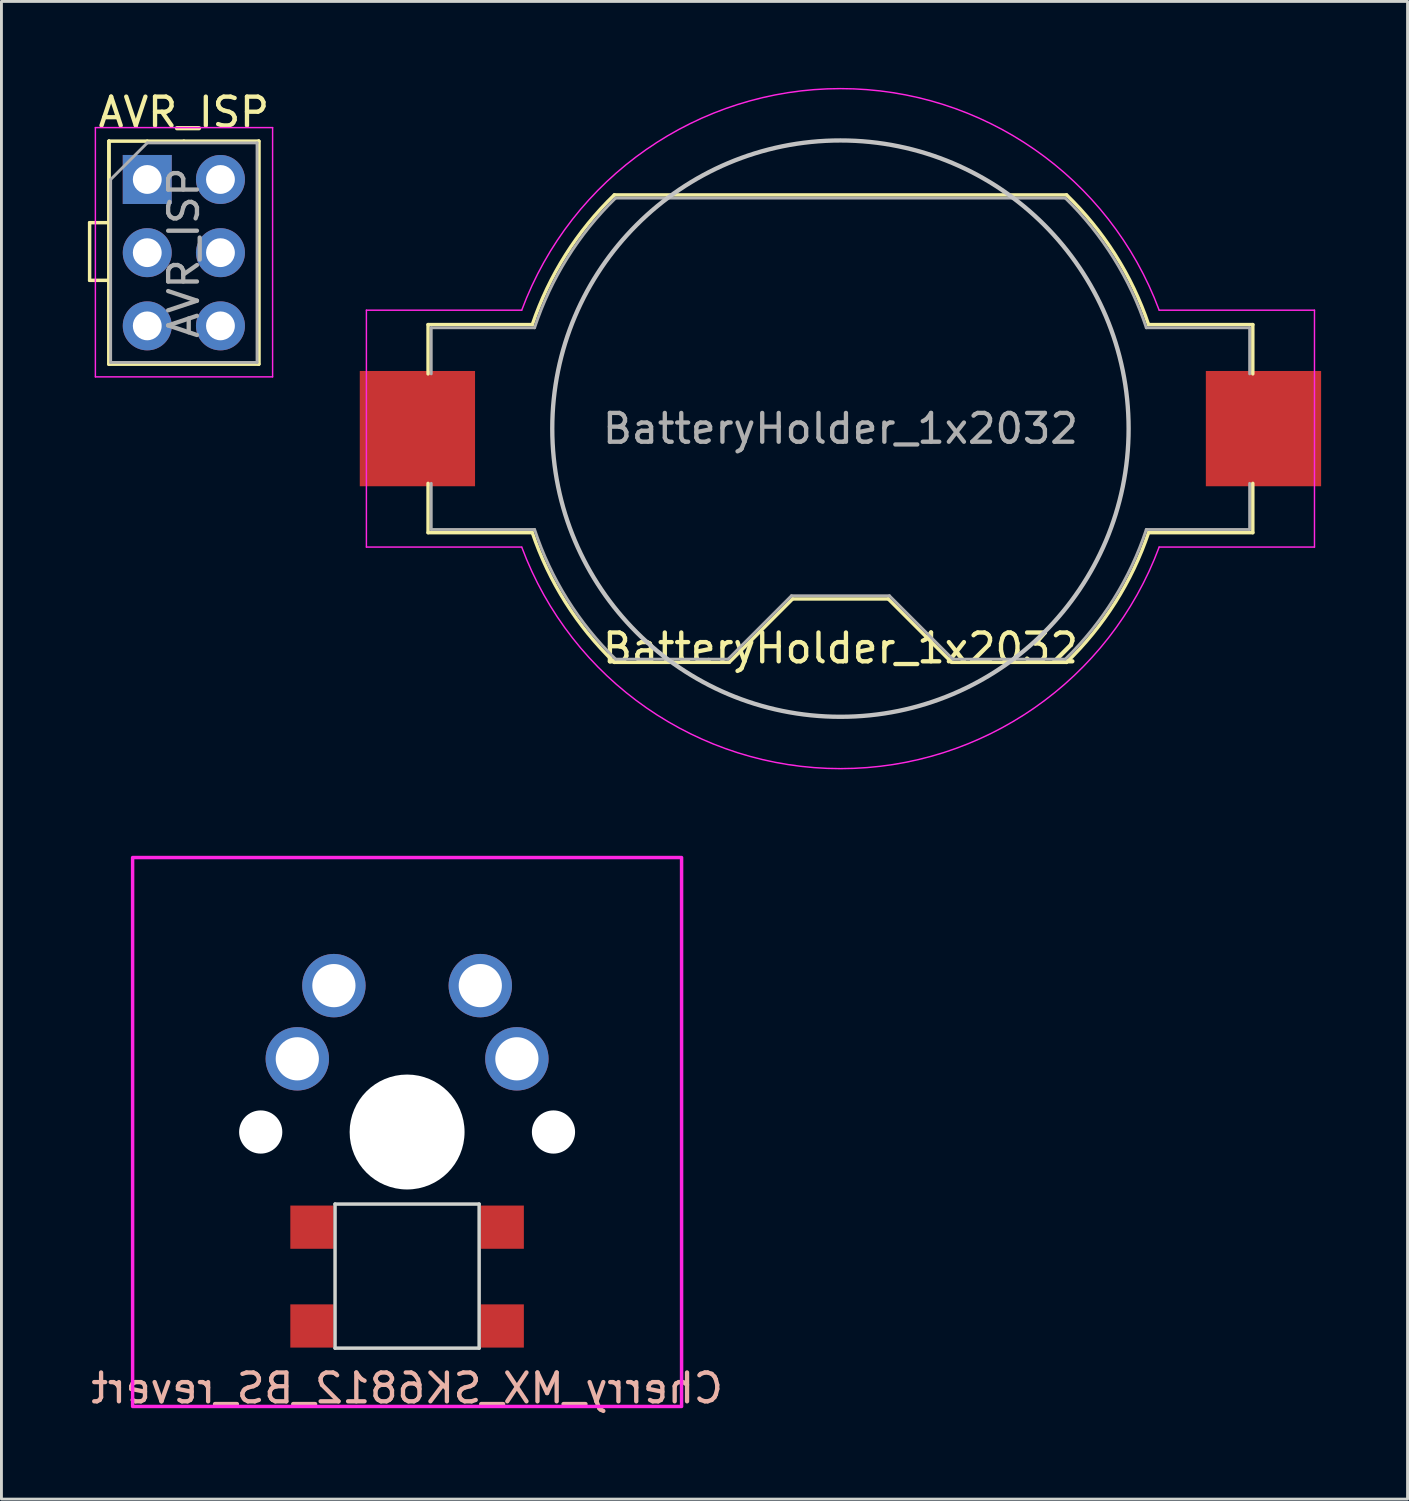
<source format=kicad_pcb>
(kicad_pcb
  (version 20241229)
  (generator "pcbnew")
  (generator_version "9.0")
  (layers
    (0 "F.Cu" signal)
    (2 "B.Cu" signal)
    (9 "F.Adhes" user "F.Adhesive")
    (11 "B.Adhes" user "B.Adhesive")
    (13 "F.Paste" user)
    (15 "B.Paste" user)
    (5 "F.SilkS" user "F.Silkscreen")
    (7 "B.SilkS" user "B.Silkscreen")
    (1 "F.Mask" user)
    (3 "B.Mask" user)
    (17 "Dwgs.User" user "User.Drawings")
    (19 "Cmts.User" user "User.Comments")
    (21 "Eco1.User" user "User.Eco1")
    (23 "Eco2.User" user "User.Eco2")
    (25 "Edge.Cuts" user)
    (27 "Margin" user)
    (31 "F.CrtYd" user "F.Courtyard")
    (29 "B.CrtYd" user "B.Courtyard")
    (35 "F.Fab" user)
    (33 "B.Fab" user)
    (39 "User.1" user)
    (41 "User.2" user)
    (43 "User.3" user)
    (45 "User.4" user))
  (footprint "AVR_ISP"
    (layer "F.Cu")
    (at 2.06 3.178)
    (property "Reference" "AVR_ISP" (at 1.27 -2.33 0) (layer "F.SilkS") (effects (font (size 1 1) (thickness 0.15))))
    (attr through_hole)
    (fp_line (start -2 1.5) (end -1.33 1.5) (stroke (width 0.12) (type solid)) (layer "F.SilkS"))
    (fp_line (start -2 3.5) (end -2 1.5) (stroke (width 0.12) (type solid)) (layer "F.SilkS"))
    (fp_line (start -1.33 -1.33) (end 0 -1.33) (stroke (width 0.12) (type solid)) (layer "F.SilkS"))
    (fp_line (start -1.33 3.5) (end -2 3.5) (stroke (width 0.12) (type solid)) (layer "F.SilkS"))
    (fp_line (start -1.33 6.41) (end -1.33 -1.33) (stroke (width 0.12) (type solid)) (layer "F.SilkS"))
    (fp_line (start -1.33 6.41) (end -1.33 -1.33) (stroke (width 0.12) (type solid)) (layer "F.SilkS"))
    (fp_line (start -1.33 6.41) (end 3.87 6.41) (stroke (width 0.12) (type solid)) (layer "F.SilkS"))
    (fp_line (start 0 -1.33) (end 1.27 -1.33) (stroke (width 0.12) (type solid)) (layer "F.SilkS"))
    (fp_line (start 1.27 -1.33) (end 3.87 -1.33) (stroke (width 0.12) (type solid)) (layer "F.SilkS"))
    (fp_line (start 3.87 -1.33) (end 3.87 6.41) (stroke (width 0.12) (type solid)) (layer "F.SilkS"))
    (fp_line (start 3.87 -1.33) (end 3.87 6.41) (stroke (width 0.12) (type solid)) (layer "F.SilkS"))
    (fp_line (start -1.8 -1.8) (end -1.8 6.85) (stroke (width 0.05) (type solid)) (layer "F.CrtYd"))
    (fp_line (start -1.8 6.85) (end 4.35 6.85) (stroke (width 0.05) (type solid)) (layer "F.CrtYd"))
    (fp_line (start 4.35 -1.8) (end -1.8 -1.8) (stroke (width 0.05) (type solid)) (layer "F.CrtYd"))
    (fp_line (start 4.35 6.85) (end 4.35 -1.8) (stroke (width 0.05) (type solid)) (layer "F.CrtYd"))
    (fp_line (start -1.27 0) (end 0 -1.27) (stroke (width 0.1) (type solid)) (layer "F.Fab"))
    (fp_line (start -1.27 6.35) (end -1.27 0) (stroke (width 0.1) (type solid)) (layer "F.Fab"))
    (fp_line (start 0 -1.27) (end 3.81 -1.27) (stroke (width 0.1) (type solid)) (layer "F.Fab"))
    (fp_line (start 3.81 -1.27) (end 3.81 6.35) (stroke (width 0.1) (type solid)) (layer "F.Fab"))
    (fp_line (start 3.81 6.35) (end -1.27 6.35) (stroke (width 0.1) (type solid)) (layer "F.Fab"))
    (fp_text user "${REFERENCE}" (at 1.27 2.54 90) (layer "F.Fab") (effects (font (size 1 1) (thickness 0.15))))
    (pad "1" thru_hole rect (at 0 0) (size 1.7 1.7) (drill 1) (layers "*.Cu" "*.Mask"))
    (pad "2" thru_hole oval (at 2.54 0) (size 1.7 1.7) (drill 1) (layers "*.Cu" "*.Mask"))
    (pad "3" thru_hole oval (at 0 2.54) (size 1.7 1.7) (drill 1) (layers "*.Cu" "*.Mask"))
    (pad "4" thru_hole oval (at 2.54 2.54) (size 1.7 1.7) (drill 1) (layers "*.Cu" "*.Mask"))
    (pad "5" thru_hole oval (at 0 5.08) (size 1.7 1.7) (drill 1) (layers "*.Cu" "*.Mask"))
    (pad "6" thru_hole oval (at 2.54 5.08) (size 1.7 1.7) (drill 1) (layers "*.Cu" "*.Mask")))
  (footprint "BatteryHolder_1x2032"
    (layer "F.Cu")
    (at 26.115 11.824)
    (property "Reference" "BatteryHolder_1x2032" (at 0 7.62 0) (layer "F.SilkS") (effects (font (size 1 1) (thickness 0.15))))
    (attr smd)
    (fp_line (start -14.31 -3.61) (end -10.692 -3.61) (stroke (width 0.12) (type solid)) (layer "F.SilkS"))
    (fp_line (start -14.31 -1.9) (end -14.31 -3.61) (stroke (width 0.12) (type solid)) (layer "F.SilkS"))
    (fp_line (start -14.31 1.9) (end -14.31 3.61) (stroke (width 0.12) (type solid)) (layer "F.SilkS"))
    (fp_line (start -10.692 3.61) (end -14.31 3.61) (stroke (width 0.12) (type solid)) (layer "F.SilkS"))
    (fp_line (start -7.847 -8.11) (end 7.847 -8.11) (stroke (width 0.12) (type solid)) (layer "F.SilkS"))
    (fp_line (start -3.86 8.11) (end -7.847 8.11) (stroke (width 0.12) (type solid)) (layer "F.SilkS"))
    (fp_line (start -1.66 5.91) (end -3.86 8.11) (stroke (width 0.12) (type solid)) (layer "F.SilkS"))
    (fp_line (start 1.66 5.91) (end -1.66 5.91) (stroke (width 0.12) (type solid)) (layer "F.SilkS"))
    (fp_line (start 1.66 5.91) (end 3.86 8.11) (stroke (width 0.12) (type solid)) (layer "F.SilkS"))
    (fp_line (start 7.847 8.11) (end 3.86 8.11) (stroke (width 0.12) (type solid)) (layer "F.SilkS"))
    (fp_line (start 10.692 -3.61) (end 14.31 -3.61) (stroke (width 0.12) (type solid)) (layer "F.SilkS"))
    (fp_line (start 14.31 -1.9) (end 14.31 -3.61) (stroke (width 0.12) (type solid)) (layer "F.SilkS"))
    (fp_line (start 14.31 1.9) (end 14.31 3.61) (stroke (width 0.12) (type solid)) (layer "F.SilkS"))
    (fp_line (start 14.31 3.61) (end 10.692 3.61) (stroke (width 0.12) (type solid)) (layer "F.SilkS"))
    (fp_arc (start -10.692 -3.61) (mid -9.538084 -6.031244) (end -7.845371 -8.111789) (stroke (width 0.12) (type solid)) (layer "F.SilkS"))
    (fp_arc (start -7.845371 8.111789) (mid -9.538085 6.031244) (end -10.692 3.61) (stroke (width 0.12) (type solid)) (layer "F.SilkS"))
    (fp_arc (start 7.845371 -8.111789) (mid 9.538085 -6.031244) (end 10.692 -3.61) (stroke (width 0.12) (type solid)) (layer "F.SilkS"))
    (fp_arc (start 10.692 3.61) (mid 9.538084 6.031244) (end 7.845371 8.111789) (stroke (width 0.12) (type solid)) (layer "F.SilkS"))
    (fp_circle (center 0 0) (end 10 0) (stroke (width 0.15) (type solid)) (fill no) (layer "Dwgs.User"))
    (fp_line (start -16.45 -4.11) (end -16.45 4.11) (stroke (width 0.05) (type solid)) (layer "F.CrtYd"))
    (fp_line (start -16.45 -4.11) (end -11.06 -4.11) (stroke (width 0.05) (type solid)) (layer "F.CrtYd"))
    (fp_line (start -16.45 4.11) (end -11.06 4.11) (stroke (width 0.05) (type solid)) (layer "F.CrtYd"))
    (fp_line (start 11.06 4.11) (end 16.45 4.11) (stroke (width 0.05) (type solid)) (layer "F.CrtYd"))
    (fp_line (start 16.45 -4.11) (end 11.06 -4.11) (stroke (width 0.05) (type solid)) (layer "F.CrtYd"))
    (fp_line (start 16.45 4.11) (end 16.45 -4.11) (stroke (width 0.05) (type solid)) (layer "F.CrtYd"))
    (fp_arc (start -11.06 -4.11) (mid -0.002978 -11.79897) (end 11.057924 -4.115582) (stroke (width 0.05) (type solid)) (layer "F.CrtYd"))
    (fp_arc (start 11.06 4.11) (mid 0.002978 11.79897) (end -11.057924 4.115582) (stroke (width 0.05) (type solid)) (layer "F.CrtYd"))
    (fp_line (start -14.2 -3.5) (end -14.2 -1.9) (stroke (width 0.1) (type solid)) (layer "F.Fab"))
    (fp_line (start -14.2 -3.5) (end -10.613 -3.5) (stroke (width 0.1) (type solid)) (layer "F.Fab"))
    (fp_line (start -14.2 1.9) (end -14.2 3.5) (stroke (width 0.1) (type solid)) (layer "F.Fab"))
    (fp_line (start -14.2 3.5) (end -10.613 3.5) (stroke (width 0.1) (type solid)) (layer "F.Fab"))
    (fp_line (start -7.803 -8) (end 7.803 -8) (stroke (width 0.1) (type solid)) (layer "F.Fab"))
    (fp_line (start -3.9 8) (end -7.803 8) (stroke (width 0.1) (type solid)) (layer "F.Fab"))
    (fp_line (start -1.7 5.8) (end -3.9 8) (stroke (width 0.1) (type solid)) (layer "F.Fab"))
    (fp_line (start -1.7 5.8) (end 1.7 5.8) (stroke (width 0.1) (type solid)) (layer "F.Fab"))
    (fp_line (start 1.7 5.8) (end 3.9 8) (stroke (width 0.1) (type solid)) (layer "F.Fab"))
    (fp_line (start 3.9 8) (end 7.803 8) (stroke (width 0.1) (type solid)) (layer "F.Fab"))
    (fp_line (start 10.613 -3.5) (end 14.2 -3.5) (stroke (width 0.1) (type solid)) (layer "F.Fab"))
    (fp_line (start 14.2 -3.5) (end 14.2 -1.9) (stroke (width 0.1) (type solid)) (layer "F.Fab"))
    (fp_line (start 14.2 1.9) (end 14.2 3.5) (stroke (width 0.1) (type solid)) (layer "F.Fab"))
    (fp_line (start 14.2 3.5) (end 10.613 3.5) (stroke (width 0.1) (type solid)) (layer "F.Fab"))
    (fp_arc (start -10.61275 -3.5) (mid -9.478596 -5.919179) (end -7.802602 -7.999992) (stroke (width 0.1) (type solid)) (layer "F.Fab"))
    (fp_arc (start -7.802602 7.999992) (mid -9.478596 5.91918) (end -10.61275 3.5) (stroke (width 0.1) (type solid)) (layer "F.Fab"))
    (fp_arc (start 7.802602 -7.999992) (mid 9.478596 -5.91918) (end 10.61275 -3.5) (stroke (width 0.1) (type solid)) (layer "F.Fab"))
    (fp_arc (start 10.61275 3.5) (mid 9.478596 5.919179) (end 7.802602 7.999992) (stroke (width 0.1) (type solid)) (layer "F.Fab"))
    (fp_text user "${REFERENCE}" (at 0 0 0) (layer "F.Fab") (effects (font (size 1 1) (thickness 0.15))))
    (pad "1" smd rect (at -14.68 0) (size 4 4) (layers "F.Cu" "F.Mask" "F.Paste"))
    (pad "2" smd rect (at 14.68 0) (size 4 4) (layers "F.Cu" "F.Mask" "F.Paste")))
  (footprint "Cherry_MX_SK6812_BS_revert"
    (layer "F.Cu")
    (at 11.077 36.233)
    (property "Reference" "Cherry_MX_SK6812_BS_revert" (at 0 8.89 180) (layer "B.SilkS") (effects (font (size 1 1) (thickness 0.15)) (justify mirror)))
    (attr through_hole)
    (fp_line (start -2.5 2.5) (end 2.5 2.5) (stroke (width 0.12) (type solid)) (layer "Edge.Cuts"))
    (fp_line (start -2.5 7.5) (end -2.5 2.5) (stroke (width 0.12) (type solid)) (layer "Edge.Cuts"))
    (fp_line (start 2.5 2.5) (end 2.5 7.5) (stroke (width 0.12) (type solid)) (layer "Edge.Cuts"))
    (fp_line (start 2.5 7.5) (end -2.5 7.5) (stroke (width 0.12) (type solid)) (layer "Edge.Cuts"))
    (fp_rect (start -9.525 -9.525) (end 9.525 9.525) (stroke (width 0.12) (type solid)) (fill no) (layer "F.CrtYd"))
    (pad "" np_thru_hole circle (at -5.08 0) (size 1.499 1.499) (drill 1.499) (layers "*.Cu" "*.Mask"))
    (pad "" np_thru_hole circle (at 0 0) (size 3.988 3.988) (drill 3.988) (layers "*.Cu" "*.Mask"))
    (pad "" np_thru_hole circle (at 5.08 0) (size 1.499 1.499) (drill 1.499) (layers "*.Cu" "*.Mask"))
    (pad "1" thru_hole circle (at -3.81 -2.54) (size 2.2 2.2) (drill 1.499) (layers "*.Cu" "*.Mask"))
    (pad "1" thru_hole circle (at 3.81 -2.54) (size 2.2 2.2) (drill 1.499) (layers "*.Cu" "*.Mask"))
    (pad "2" thru_hole circle (at -2.54 -5.08) (size 2.2 2.2) (drill 1.499) (layers "*.Cu" "*.Mask"))
    (pad "2" thru_hole circle (at 2.54 -5.08) (size 2.2 2.2) (drill 1.499) (layers "*.Cu" "*.Mask"))
    (pad "3" smd rect (at -3.302 6.731) (size 1.5 1.5) (layers "F.Cu" "F.Mask" "F.Paste"))
    (pad "4" smd rect (at -3.302 3.302) (size 1.5 1.5) (layers "F.Cu" "F.Mask" "F.Paste"))
    (pad "5" smd rect (at 3.302 6.731) (size 1.5 1.5) (layers "F.Cu" "F.Mask" "F.Paste"))
    (pad "6" smd rect (at 3.302 3.302) (size 1.5 1.5) (layers "F.Cu" "F.Mask" "F.Paste")))
  (gr_rect
    (start -3 -3)
    (end 45.795 48.971)
    (stroke (width 0.1) (type default))
    (fill no)
    (layer "Edge.Cuts")))
</source>
